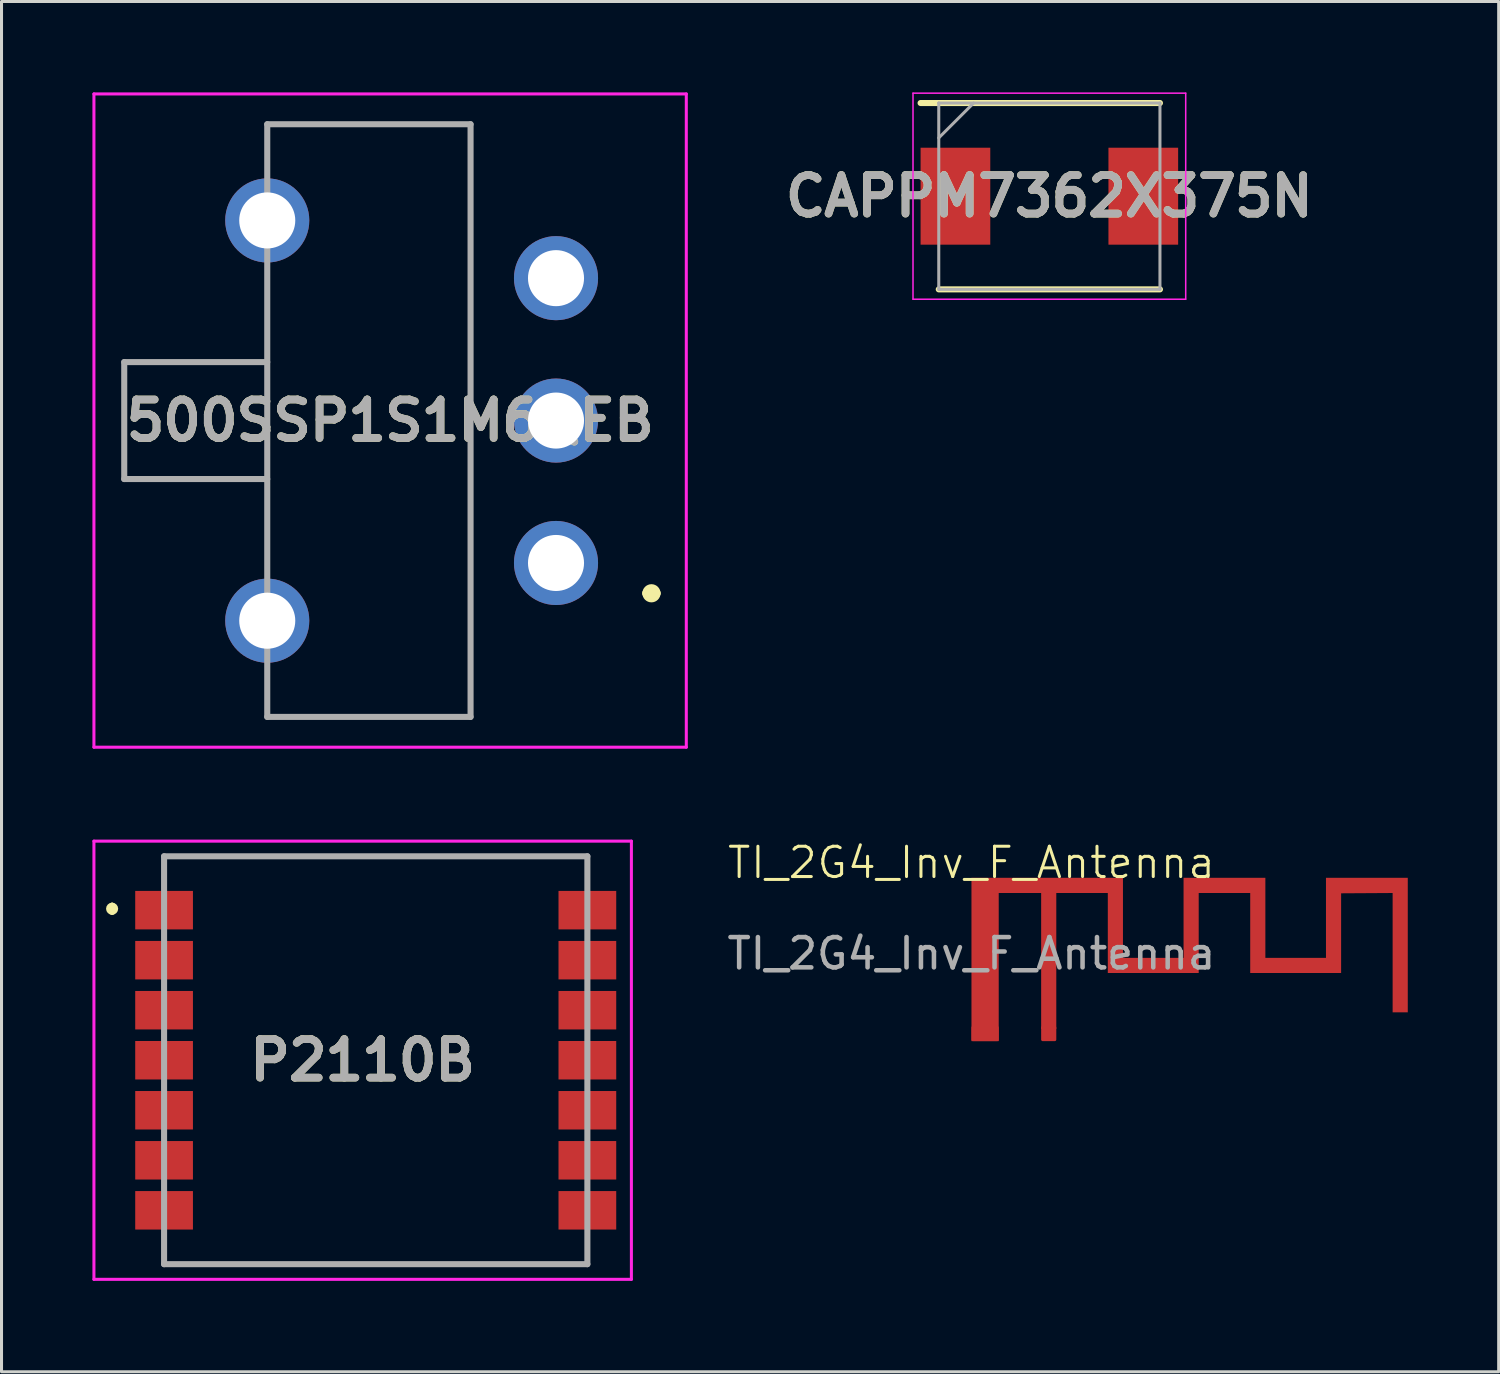
<source format=kicad_pcb>
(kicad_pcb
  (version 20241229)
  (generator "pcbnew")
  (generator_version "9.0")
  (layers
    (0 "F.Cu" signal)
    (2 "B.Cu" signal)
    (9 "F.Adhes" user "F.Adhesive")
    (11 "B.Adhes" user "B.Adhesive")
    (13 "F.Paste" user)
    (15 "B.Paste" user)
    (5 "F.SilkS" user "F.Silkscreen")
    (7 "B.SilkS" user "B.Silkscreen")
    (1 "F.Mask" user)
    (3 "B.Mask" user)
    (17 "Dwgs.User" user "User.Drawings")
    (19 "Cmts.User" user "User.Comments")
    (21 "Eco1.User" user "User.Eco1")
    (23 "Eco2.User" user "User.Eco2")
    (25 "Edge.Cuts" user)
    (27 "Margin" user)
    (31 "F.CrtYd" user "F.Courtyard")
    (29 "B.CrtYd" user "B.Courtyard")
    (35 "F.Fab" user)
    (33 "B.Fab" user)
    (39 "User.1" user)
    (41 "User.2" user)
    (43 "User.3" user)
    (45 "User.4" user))
  (footprint "CAPPM7362X375N"
    (layer "F.Cu")
    (at 31.582 3.425)
    (property "Reference" "CAPPM7362X375N" (at 0 0 0) (layer "F.SilkS") (effects (font (size 1.27 1.27) (thickness 0.254))))
    (attr smd)
    (fp_line (start -3.65 3.075) (end 3.65 3.075) (stroke (width 0.2) (type solid)) (layer "F.SilkS"))
    (fp_line (start 3.65 -3.075) (end -4.25 -3.075) (stroke (width 0.2) (type solid)) (layer "F.SilkS"))
    (fp_line (start -4.5 -3.4) (end 4.5 -3.4) (stroke (width 0.05) (type solid)) (layer "F.CrtYd"))
    (fp_line (start -4.5 3.4) (end -4.5 -3.4) (stroke (width 0.05) (type solid)) (layer "F.CrtYd"))
    (fp_line (start 4.5 -3.4) (end 4.5 3.4) (stroke (width 0.05) (type solid)) (layer "F.CrtYd"))
    (fp_line (start 4.5 3.4) (end -4.5 3.4) (stroke (width 0.05) (type solid)) (layer "F.CrtYd"))
    (fp_line (start -3.65 -3.075) (end 3.65 -3.075) (stroke (width 0.1) (type solid)) (layer "F.Fab"))
    (fp_line (start -3.65 -1.925) (end -2.5 -3.075) (stroke (width 0.1) (type solid)) (layer "F.Fab"))
    (fp_line (start -3.65 3.075) (end -3.65 -3.075) (stroke (width 0.1) (type solid)) (layer "F.Fab"))
    (fp_line (start 3.65 -3.075) (end 3.65 3.075) (stroke (width 0.1) (type solid)) (layer "F.Fab"))
    (fp_line (start 3.65 3.075) (end -3.65 3.075) (stroke (width 0.1) (type solid)) (layer "F.Fab"))
    (fp_text user "${REFERENCE}" (at 0 0 0) (layer "F.Fab") (effects (font (size 1.27 1.27) (thickness 0.254))))
    (pad "1" smd rect (at -3.1 0) (size 2.3 3.2) (layers "F.Cu" "F.Mask" "F.Paste"))
    (pad "2" smd rect (at 3.1 0) (size 2.3 3.2) (layers "F.Cu" "F.Mask" "F.Paste")))
  (footprint "500SSP1S1M6QEB"
    (layer "F.Cu")
    (at 15.3 15.53)
    (property "Reference" "500SSP1S1M6QEB" (at -5.475 -4.7 0) (layer "F.SilkS") (effects (font (size 1.27 1.27) (thickness 0.254))))
    (attr through_hole)
    (fp_line (start -14.25 -6.63) (end -14.25 -2.77) (stroke (width 0.1) (type solid)) (layer "F.SilkS"))
    (fp_line (start -14.25 -2.77) (end -9.53 -2.77) (stroke (width 0.1) (type solid)) (layer "F.SilkS"))
    (fp_line (start -9.53 -14.48) (end -2.82 -14.48) (stroke (width 0.1) (type solid)) (layer "F.SilkS"))
    (fp_line (start -9.53 -13.7) (end -9.53 -14.48) (stroke (width 0.1) (type solid)) (layer "F.SilkS"))
    (fp_line (start -9.53 -8.7) (end -9.53 -0.7) (stroke (width 0.1) (type solid)) (layer "F.SilkS"))
    (fp_line (start -9.53 -6.63) (end -14.25 -6.63) (stroke (width 0.1) (type solid)) (layer "F.SilkS"))
    (fp_line (start -9.53 5.08) (end -9.53 4.3) (stroke (width 0.1) (type solid)) (layer "F.SilkS"))
    (fp_line (start -2.82 -14.48) (end -2.82 5.08) (stroke (width 0.1) (type solid)) (layer "F.SilkS"))
    (fp_line (start -2.82 5.08) (end -9.53 5.08) (stroke (width 0.1) (type solid)) (layer "F.SilkS"))
    (fp_line (start 3 1) (end 3 1) (stroke (width 0.3) (type solid)) (layer "F.SilkS"))
    (fp_line (start 3.3 1) (end 3.3 1) (stroke (width 0.3) (type solid)) (layer "F.SilkS"))
    (fp_arc (start 3 1) (mid 3.15 0.85) (end 3.3 1) (stroke (width 0.3) (type solid)) (layer "F.SilkS"))
    (fp_arc (start 3.3 1) (mid 3.15 1.15) (end 3 1) (stroke (width 0.3) (type solid)) (layer "F.SilkS"))
    (fp_line (start -15.25 -15.48) (end 4.3 -15.48) (stroke (width 0.1) (type solid)) (layer "F.CrtYd"))
    (fp_line (start -15.25 6.08) (end -15.25 -15.48) (stroke (width 0.1) (type solid)) (layer "F.CrtYd"))
    (fp_line (start 4.3 -15.48) (end 4.3 6.08) (stroke (width 0.1) (type solid)) (layer "F.CrtYd"))
    (fp_line (start 4.3 6.08) (end -15.25 6.08) (stroke (width 0.1) (type solid)) (layer "F.CrtYd"))
    (fp_line (start -14.25 -6.63) (end -14.25 -2.77) (stroke (width 0.2) (type solid)) (layer "F.Fab"))
    (fp_line (start -14.25 -2.77) (end -9.53 -2.77) (stroke (width 0.2) (type solid)) (layer "F.Fab"))
    (fp_line (start -9.53 -14.48) (end -2.82 -14.48) (stroke (width 0.2) (type solid)) (layer "F.Fab"))
    (fp_line (start -9.53 -6.63) (end -14.25 -6.63) (stroke (width 0.2) (type solid)) (layer "F.Fab"))
    (fp_line (start -9.53 5.08) (end -9.53 -14.48) (stroke (width 0.2) (type solid)) (layer "F.Fab"))
    (fp_line (start -2.82 -14.48) (end -2.82 5.08) (stroke (width 0.2) (type solid)) (layer "F.Fab"))
    (fp_line (start -2.82 5.08) (end -9.53 5.08) (stroke (width 0.2) (type solid)) (layer "F.Fab"))
    (fp_text user "${REFERENCE}" (at -5.475 -4.7 0) (layer "F.Fab") (effects (font (size 1.27 1.27) (thickness 0.254))))
    (pad "1" thru_hole circle (at 0 0) (size 2.775 2.775) (drill 1.85) (layers "*.Cu" "*.Mask"))
    (pad "2" thru_hole circle (at 0 -4.7) (size 2.775 2.775) (drill 1.85) (layers "*.Cu" "*.Mask"))
    (pad "3" thru_hole circle (at 0 -9.4) (size 2.775 2.775) (drill 1.85) (layers "*.Cu" "*.Mask"))
    (pad "MH1" thru_hole circle (at -9.53 1.905) (size 2.775 2.775) (drill 1.85) (layers "*.Cu" "*.Mask"))
    (pad "MH2" thru_hole circle (at -9.53 -11.305) (size 2.775 2.775) (drill 1.85) (layers "*.Cu" "*.Mask")))
  (footprint "P2110B"
    (layer "F.Cu")
    (at 9.35 31.941)
    (property "Reference" "P2110B" (at -0.431 0 0) (layer "F.SilkS") (effects (font (size 1.27 1.27) (thickness 0.254))))
    (attr smd)
    (fp_line (start -8.7 -5.1) (end -8.7 -5.1) (stroke (width 0.2) (type solid)) (layer "F.SilkS"))
    (fp_line (start -8.7 -4.9) (end -8.7 -4.9) (stroke (width 0.2) (type solid)) (layer "F.SilkS"))
    (fp_line (start -7 -6) (end -6.985 -6.731) (stroke (width 0.1) (type solid)) (layer "F.SilkS"))
    (fp_line (start -7 6) (end -7 6.731) (stroke (width 0.1) (type solid)) (layer "F.SilkS"))
    (fp_line (start -7 6.731) (end 6.985 6.731) (stroke (width 0.1) (type solid)) (layer "F.SilkS"))
    (fp_line (start -6.985 -6.731) (end 7 -6.731) (stroke (width 0.1) (type solid)) (layer "F.SilkS"))
    (fp_line (start 6.985 6.731) (end 6.985 6) (stroke (width 0.1) (type solid)) (layer "F.SilkS"))
    (fp_line (start 7 -6.731) (end 7 -6) (stroke (width 0.1) (type solid)) (layer "F.SilkS"))
    (fp_arc (start -8.7 -5.1) (mid -8.6 -5) (end -8.7 -4.9) (stroke (width 0.2) (type solid)) (layer "F.SilkS"))
    (fp_arc (start -8.7 -4.9) (mid -8.8 -5) (end -8.7 -5.1) (stroke (width 0.2) (type solid)) (layer "F.SilkS"))
    (fp_line (start -9.3 -7.231) (end 8.438 -7.231) (stroke (width 0.1) (type solid)) (layer "F.CrtYd"))
    (fp_line (start -9.3 7.231) (end -9.3 -7.231) (stroke (width 0.1) (type solid)) (layer "F.CrtYd"))
    (fp_line (start 8.438 -7.231) (end 8.438 7.231) (stroke (width 0.1) (type solid)) (layer "F.CrtYd"))
    (fp_line (start 8.438 7.231) (end -9.3 7.231) (stroke (width 0.1) (type solid)) (layer "F.CrtYd"))
    (fp_line (start -6.985 -6.731) (end 6.985 -6.731) (stroke (width 0.2) (type solid)) (layer "F.Fab"))
    (fp_line (start -6.985 6.731) (end -6.985 -6.731) (stroke (width 0.2) (type solid)) (layer "F.Fab"))
    (fp_line (start 6.985 -6.731) (end 6.985 6.731) (stroke (width 0.2) (type solid)) (layer "F.Fab"))
    (fp_line (start 6.985 6.731) (end -6.985 6.731) (stroke (width 0.2) (type solid)) (layer "F.Fab"))
    (fp_text user "${REFERENCE}" (at -0.431 0 0) (layer "F.Fab") (effects (font (size 1.27 1.27) (thickness 0.254))))
    (pad "1" smd rect (at -6.985 -4.953 90) (size 1.27 1.905) (layers "F.Cu" "F.Mask" "F.Paste"))
    (pad "2" smd rect (at -6.985 -3.302 90) (size 1.27 1.905) (layers "F.Cu" "F.Mask" "F.Paste"))
    (pad "3" smd rect (at -6.985 -1.651 90) (size 1.27 1.905) (layers "F.Cu" "F.Mask" "F.Paste"))
    (pad "4" smd rect (at -6.985 0 90) (size 1.27 1.905) (layers "F.Cu" "F.Mask" "F.Paste"))
    (pad "5" smd rect (at -6.985 1.651 90) (size 1.27 1.905) (layers "F.Cu" "F.Mask" "F.Paste"))
    (pad "6" smd rect (at -6.985 3.302 90) (size 1.27 1.905) (layers "F.Cu" "F.Mask" "F.Paste"))
    (pad "7" smd rect (at -6.985 4.953 90) (size 1.27 1.905) (layers "F.Cu" "F.Mask" "F.Paste"))
    (pad "8" smd rect (at 6.985 4.953 90) (size 1.27 1.905) (layers "F.Cu" "F.Mask" "F.Paste"))
    (pad "9" smd rect (at 6.985 3.302 90) (size 1.27 1.905) (layers "F.Cu" "F.Mask" "F.Paste"))
    (pad "10" smd rect (at 6.985 1.651 90) (size 1.27 1.905) (layers "F.Cu" "F.Mask" "F.Paste"))
    (pad "11" smd rect (at 6.985 0 90) (size 1.27 1.905) (layers "F.Cu" "F.Mask" "F.Paste"))
    (pad "12" smd rect (at 6.985 -1.651 90) (size 1.27 1.905) (layers "F.Cu" "F.Mask" "F.Paste"))
    (pad "13" smd rect (at 6.985 -3.302 90) (size 1.27 1.905) (layers "F.Cu" "F.Mask" "F.Paste"))
    (pad "14" smd rect (at 6.985 -4.953 90) (size 1.27 1.905) (layers "F.Cu" "F.Mask" "F.Paste")))
  (footprint "TI_2G4_Inv_F_Antenna"
    (layer "F.Cu")
    (at 29.011 25.921)
    (property "Reference" "TI_2G4_Inv_F_Antenna" (at 0 -0.5 0) (unlocked yes) (layer "F.SilkS") (effects (font (size 1 1) (thickness 0.1))))
    (attr smd)
    (fp_poly (pts (xy 0 5.39) (xy 0 0) (xy 5 0) (xy 5 2.641) (xy 7 2.641) (xy 7 0) (xy 9.7 0) (xy 9.7 2.641) (xy 11.7 2.641) (xy 11.7 0) (xy 14.4 0) (xy 14.4 4.44) (xy 13.9 4.44) (xy 13.9 0.501) (xy 12.2 0.511) (xy 12.2 3.14) (xy 9.2 3.14) (xy 9.2 0.501) (xy 7.5 0.501) (xy 7.5 3.14) (xy 4.5 3.14) (xy 4.5 0.501) (xy 2.8 0.5) (xy 2.8 4.99) (xy 2.3 4.99) (xy 2.3 0.5) (xy 0.9 0.5) (xy 0.9 5.39)) (stroke (width 0) (type solid)) (fill yes) (layer "F.Cu"))
    (fp_text user "${REFERENCE}" (at 0 2.5 0) (unlocked yes) (layer "F.Fab") (effects (font (size 1 1) (thickness 0.15))))
    (pad "1" smd roundrect (at 0.45 5.14) (size 0.9 0.5) (layers "F.Cu" "F.Mask" "F.Paste") (roundrect_rratio 0.1))
    (pad "2" smd roundrect (at 2.55 5.14) (size 0.5 0.5) (layers "F.Cu" "F.Mask" "F.Paste") (roundrect_rratio 0.1)))
  (gr_rect
    (start -3 -3)
    (end 46.411 42.222)
    (stroke (width 0.1) (type default))
    (fill no)
    (layer "Edge.Cuts")))
</source>
